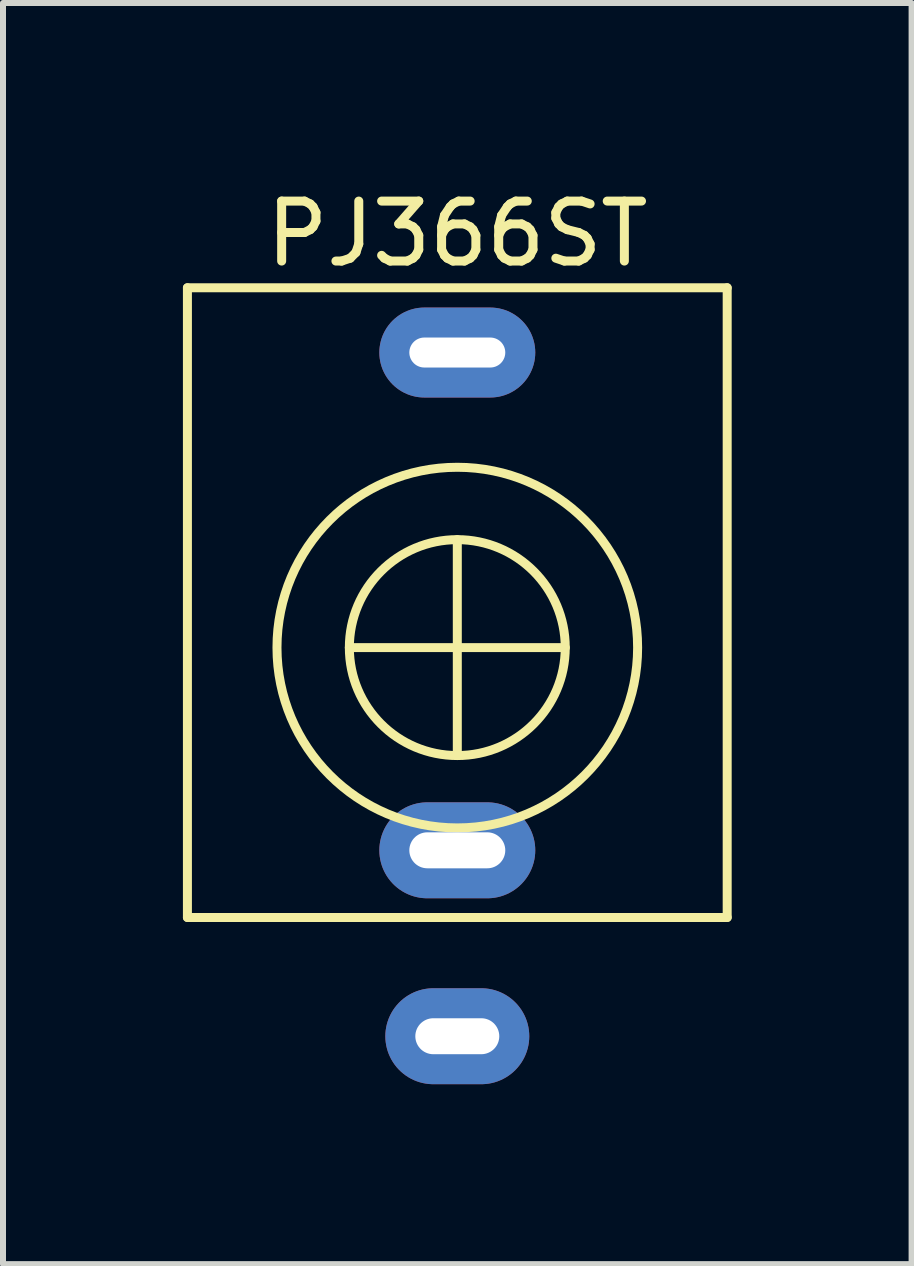
<source format=kicad_pcb>
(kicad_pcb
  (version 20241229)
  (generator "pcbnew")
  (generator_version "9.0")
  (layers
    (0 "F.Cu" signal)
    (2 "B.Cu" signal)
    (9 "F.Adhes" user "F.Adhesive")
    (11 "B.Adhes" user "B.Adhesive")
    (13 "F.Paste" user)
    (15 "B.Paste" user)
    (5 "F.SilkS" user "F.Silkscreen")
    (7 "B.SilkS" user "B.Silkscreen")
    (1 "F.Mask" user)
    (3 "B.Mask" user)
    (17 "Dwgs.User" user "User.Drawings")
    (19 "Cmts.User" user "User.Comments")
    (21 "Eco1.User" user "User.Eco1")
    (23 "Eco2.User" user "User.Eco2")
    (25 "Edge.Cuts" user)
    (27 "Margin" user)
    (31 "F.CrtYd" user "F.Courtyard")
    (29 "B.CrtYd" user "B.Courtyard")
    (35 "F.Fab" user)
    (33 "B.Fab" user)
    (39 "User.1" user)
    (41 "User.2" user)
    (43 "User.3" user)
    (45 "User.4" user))
  (footprint "PJ366ST"
    (layer "F.Cu")
    (at 4.575 7.748)
    (property "Reference" "PJ366ST" (at 0 -6.9 0) (layer "F.SilkS") (effects (font (size 1 1) (thickness 0.15))))
    (attr through_hole)
    (fp_line (start -4.5 -6) (end -4.5 4.5) (stroke (width 0.15) (type solid)) (layer "F.SilkS"))
    (fp_line (start -4.5 4.5) (end 4.5 4.5) (stroke (width 0.15) (type solid)) (layer "F.SilkS"))
    (fp_line (start 0 -1.8) (end 0 1.8) (stroke (width 0.15) (type solid)) (layer "F.SilkS"))
    (fp_line (start 1.8 0) (end -1.8 0) (stroke (width 0.15) (type solid)) (layer "F.SilkS"))
    (fp_line (start 4.5 -6) (end -4.5 -6) (stroke (width 0.15) (type solid)) (layer "F.SilkS"))
    (fp_line (start 4.5 4.5) (end 4.5 -6) (stroke (width 0.15) (type solid)) (layer "F.SilkS"))
    (fp_circle (center 0 0) (end 1.8 0) (stroke (width 0.15) (type solid)) (fill no) (layer "F.SilkS"))
    (fp_circle (center 0 0) (end 3 0.2) (stroke (width 0.15) (type solid)) (fill no) (layer "F.SilkS"))
    (pad "R" thru_hole oval (at 0 3.38) (size 2.6 1.6) (drill oval 1.6 0.6) (layers "*.Cu" "*.Mask"))
    (pad "S" thru_hole oval (at 0 6.48) (size 2.4 1.6) (drill oval 1.4 0.6) (layers "*.Cu" "*.Mask"))
    (pad "T" thru_hole oval (at 0 -4.92) (size 2.6 1.5) (drill oval 1.6 0.5) (layers "*.Cu" "*.Mask")))
  (gr_rect
    (start -3 -3)
    (end 12.15 18.028)
    (stroke (width 0.1) (type default))
    (fill no)
    (layer "Edge.Cuts")))
</source>
